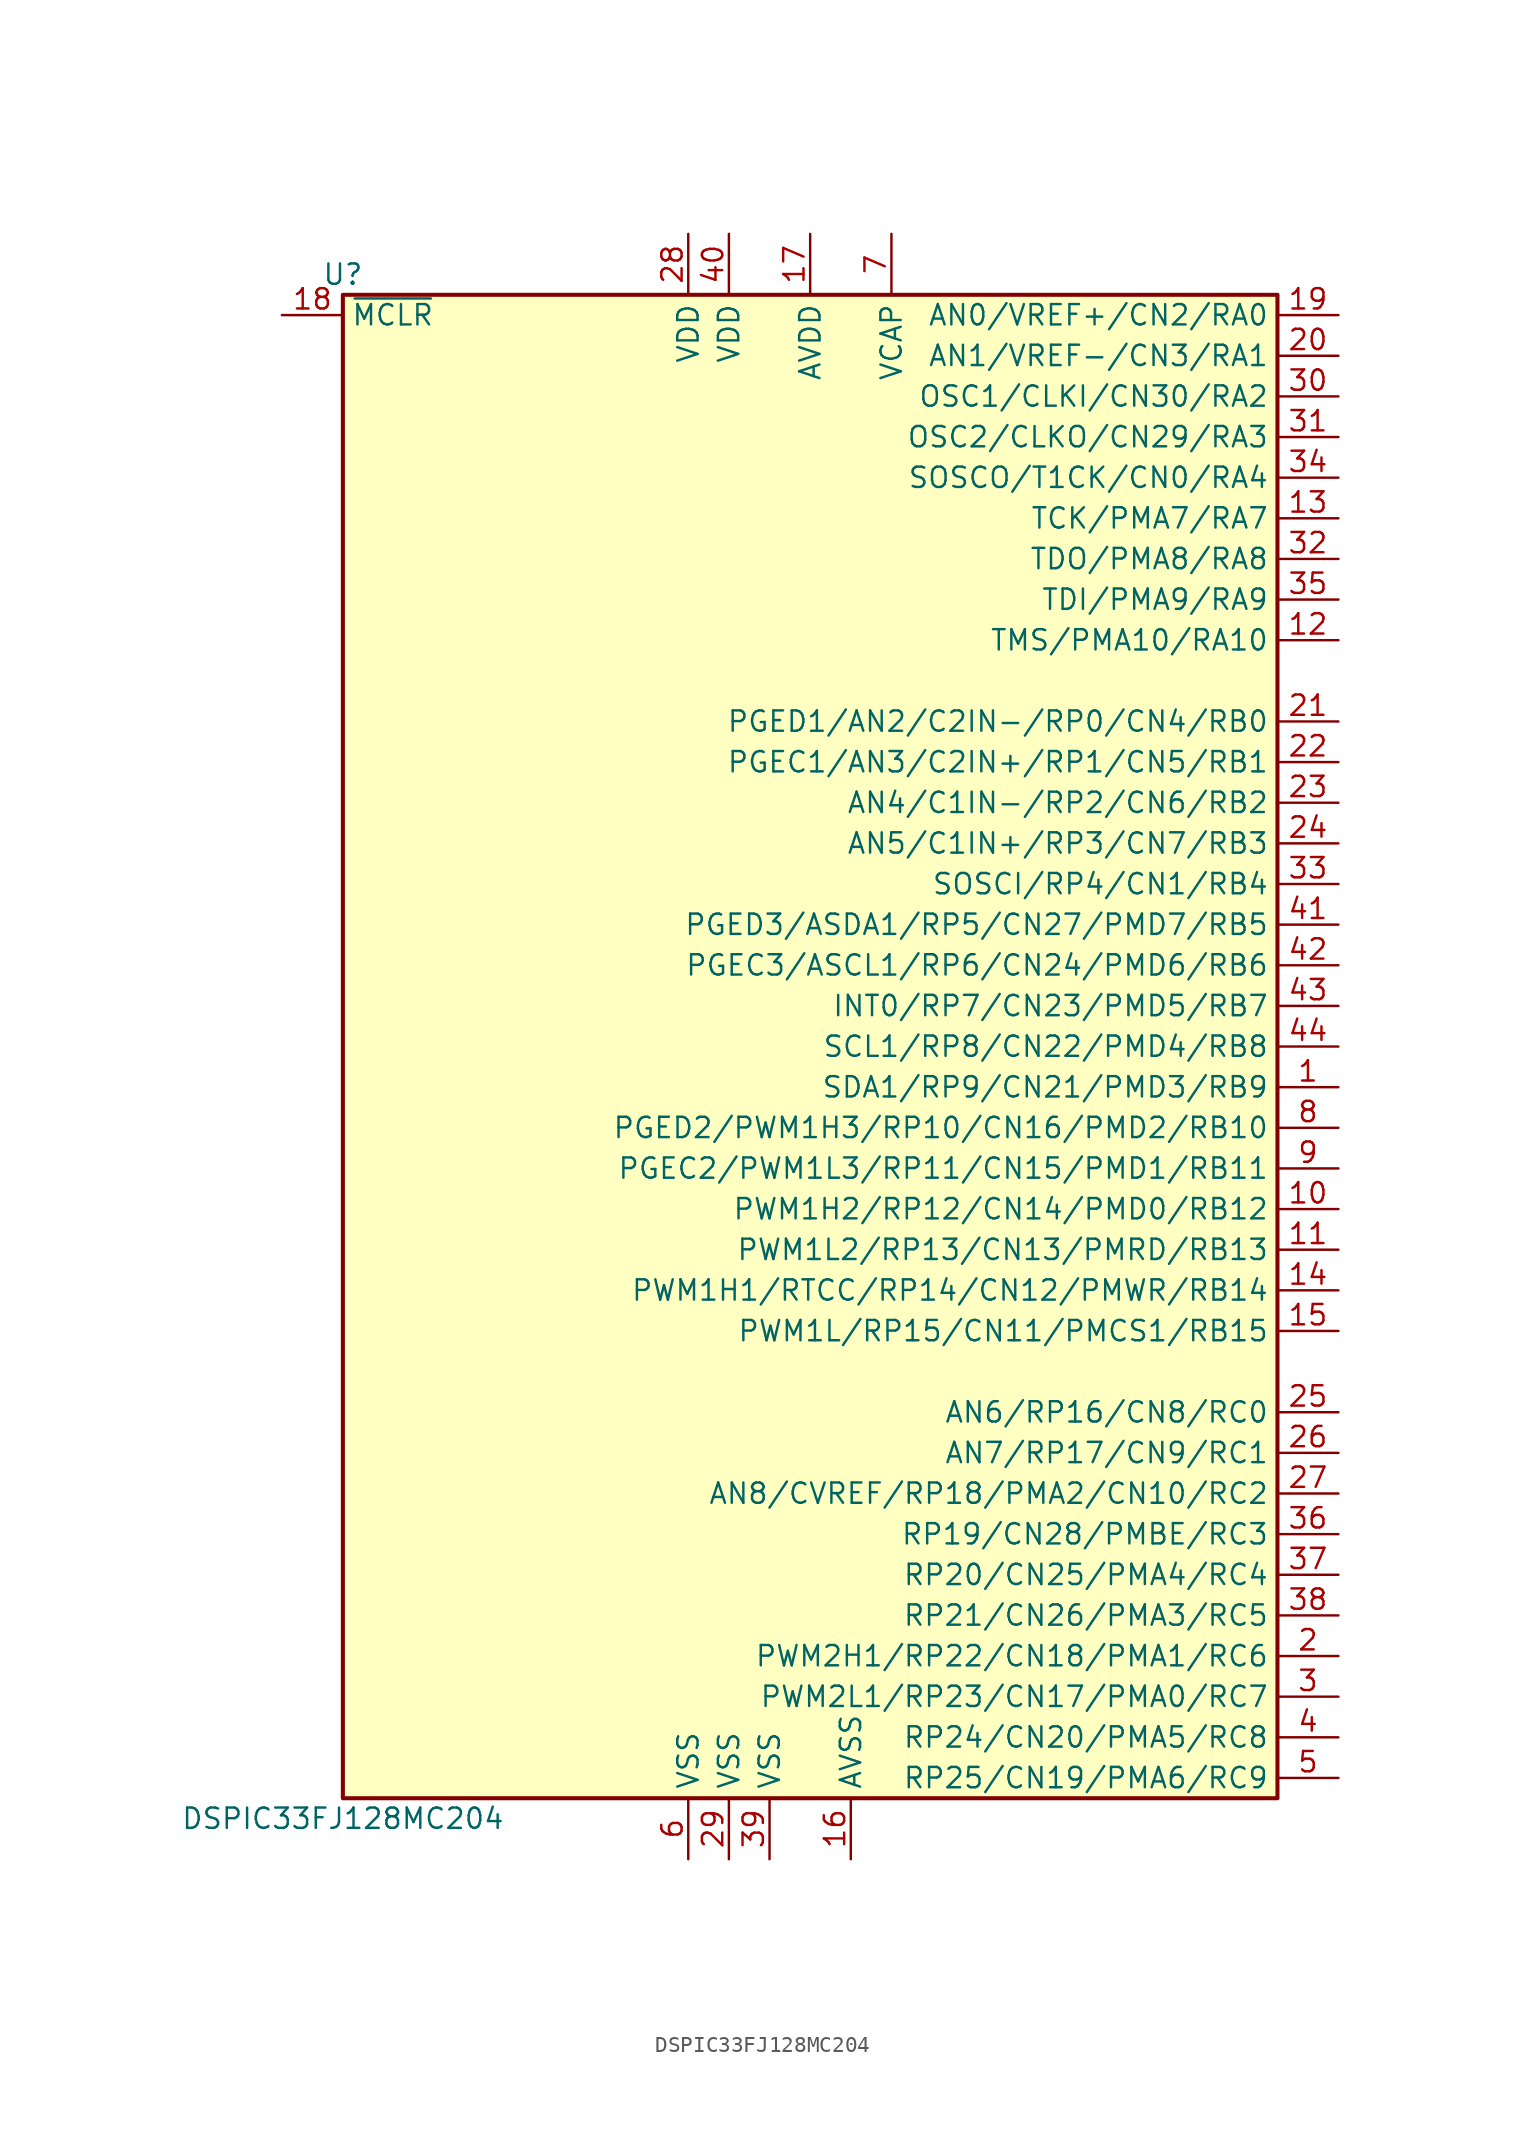
<source format=kicad_sym>
(kicad_symbol_lib
  (version 20200908)
  (generator kicad_symbol_editor)
  (symbol "DSP_Microchip_DSPIC33:DSPIC33FJ128MC204"
    (property "Reference" "U"
      (at -29.21 48.26 0)
      (effects (font (size 1.27 1.27))))
    (property "Value" "DSPIC33FJ128MC204"
      (at -29.21 -48.26 0)
      (effects (font (size 1.27 1.27))))
    (symbol "DSPIC33FJ128MC204_1_1"
      (rectangle (start -29.21 46.99) (end 29.21 -46.99) (stroke (width 0.254)) (fill (type background)))
      (pin bidirectional line (at 33.02 -2.54 180) (length 3.81) (name "SDA1/RP9/CN21/PMD3/RB9" (effects (font (size 1.27 1.27)))) (number "1" (effects (font (size 1.27 1.27)))))
      (pin bidirectional line (at 33.02 -10.16 180) (length 3.81) (name "PWM1H2/RP12/CN14/PMD0/RB12" (effects (font (size 1.27 1.27)))) (number "10" (effects (font (size 1.27 1.27)))))
      (pin bidirectional line (at 33.02 -12.7 180) (length 3.81) (name "PWM1L2/RP13/CN13/PMRD/RB13" (effects (font (size 1.27 1.27)))) (number "11" (effects (font (size 1.27 1.27)))))
      (pin bidirectional line (at 33.02 25.4 180) (length 3.81) (name "TMS/PMA10/RA10" (effects (font (size 1.27 1.27)))) (number "12" (effects (font (size 1.27 1.27)))))
      (pin bidirectional line (at 33.02 33.02 180) (length 3.81) (name "TCK/PMA7/RA7" (effects (font (size 1.27 1.27)))) (number "13" (effects (font (size 1.27 1.27)))))
      (pin bidirectional line (at 33.02 -15.24 180) (length 3.81) (name "PWM1H1/RTCC/RP14/CN12/PMWR/RB14" (effects (font (size 1.27 1.27)))) (number "14" (effects (font (size 1.27 1.27)))))
      (pin bidirectional line (at 33.02 -17.78 180) (length 3.81) (name "PWM1L/RP15/CN11/PMCS1/RB15" (effects (font (size 1.27 1.27)))) (number "15" (effects (font (size 1.27 1.27)))))
      (pin power_in line (at 2.54 -50.8 90) (length 3.81) (name "AVSS" (effects (font (size 1.27 1.27)))) (number "16" (effects (font (size 1.27 1.27)))))
      (pin power_in line (at 0 50.8 270) (length 3.81) (name "AVDD" (effects (font (size 1.27 1.27)))) (number "17" (effects (font (size 1.27 1.27)))))
      (pin input line (at -33.02 45.72 0) (length 3.81) (name "~MCLR" (effects (font (size 1.27 1.27)))) (number "18" (effects (font (size 1.27 1.27)))))
      (pin bidirectional line (at 33.02 45.72 180) (length 3.81) (name "AN0/VREF+/CN2/RA0" (effects (font (size 1.27 1.27)))) (number "19" (effects (font (size 1.27 1.27)))))
      (pin bidirectional line (at 33.02 -38.1 180) (length 3.81) (name "PWM2H1/RP22/CN18/PMA1/RC6" (effects (font (size 1.27 1.27)))) (number "2" (effects (font (size 1.27 1.27)))))
      (pin bidirectional line (at 33.02 43.18 180) (length 3.81) (name "AN1/VREF-/CN3/RA1" (effects (font (size 1.27 1.27)))) (number "20" (effects (font (size 1.27 1.27)))))
      (pin bidirectional line (at 33.02 20.32 180) (length 3.81) (name "PGED1/AN2/C2IN-/RP0/CN4/RB0" (effects (font (size 1.27 1.27)))) (number "21" (effects (font (size 1.27 1.27)))))
      (pin bidirectional line (at 33.02 17.78 180) (length 3.81) (name "PGEC1/AN3/C2IN+/RP1/CN5/RB1" (effects (font (size 1.27 1.27)))) (number "22" (effects (font (size 1.27 1.27)))))
      (pin bidirectional line (at 33.02 15.24 180) (length 3.81) (name "AN4/C1IN-/RP2/CN6/RB2" (effects (font (size 1.27 1.27)))) (number "23" (effects (font (size 1.27 1.27)))))
      (pin bidirectional line (at 33.02 12.7 180) (length 3.81) (name "AN5/C1IN+/RP3/CN7/RB3" (effects (font (size 1.27 1.27)))) (number "24" (effects (font (size 1.27 1.27)))))
      (pin bidirectional line (at 33.02 -22.86 180) (length 3.81) (name "AN6/RP16/CN8/RC0" (effects (font (size 1.27 1.27)))) (number "25" (effects (font (size 1.27 1.27)))))
      (pin bidirectional line (at 33.02 -25.4 180) (length 3.81) (name "AN7/RP17/CN9/RC1" (effects (font (size 1.27 1.27)))) (number "26" (effects (font (size 1.27 1.27)))))
      (pin bidirectional line (at 33.02 -27.94 180) (length 3.81) (name "AN8/CVREF/RP18/PMA2/CN10/RC2" (effects (font (size 1.27 1.27)))) (number "27" (effects (font (size 1.27 1.27)))))
      (pin power_in line (at -7.62 50.8 270) (length 3.81) (name "VDD" (effects (font (size 1.27 1.27)))) (number "28" (effects (font (size 1.27 1.27)))))
      (pin power_in line (at -5.08 -50.8 90) (length 3.81) (name "VSS" (effects (font (size 1.27 1.27)))) (number "29" (effects (font (size 1.27 1.27)))))
      (pin bidirectional line (at 33.02 -40.64 180) (length 3.81) (name "PWM2L1/RP23/CN17/PMA0/RC7" (effects (font (size 1.27 1.27)))) (number "3" (effects (font (size 1.27 1.27)))))
      (pin input line (at 33.02 40.64 180) (length 3.81) (name "OSC1/CLKI/CN30/RA2" (effects (font (size 1.27 1.27)))) (number "30" (effects (font (size 1.27 1.27)))))
      (pin input line (at 33.02 38.1 180) (length 3.81) (name "OSC2/CLKO/CN29/RA3" (effects (font (size 1.27 1.27)))) (number "31" (effects (font (size 1.27 1.27)))))
      (pin input line (at 33.02 30.48 180) (length 3.81) (name "TDO/PMA8/RA8" (effects (font (size 1.27 1.27)))) (number "32" (effects (font (size 1.27 1.27)))))
      (pin input line (at 33.02 10.16 180) (length 3.81) (name "SOSCI/RP4/CN1/RB4" (effects (font (size 1.27 1.27)))) (number "33" (effects (font (size 1.27 1.27)))))
      (pin input line (at 33.02 35.56 180) (length 3.81) (name "SOSCO/T1CK/CN0/RA4" (effects (font (size 1.27 1.27)))) (number "34" (effects (font (size 1.27 1.27)))))
      (pin input line (at 33.02 27.94 180) (length 3.81) (name "TDI/PMA9/RA9" (effects (font (size 1.27 1.27)))) (number "35" (effects (font (size 1.27 1.27)))))
      (pin input line (at 33.02 -30.48 180) (length 3.81) (name "RP19/CN28/PMBE/RC3" (effects (font (size 1.27 1.27)))) (number "36" (effects (font (size 1.27 1.27)))))
      (pin input line (at 33.02 -33.02 180) (length 3.81) (name "RP20/CN25/PMA4/RC4" (effects (font (size 1.27 1.27)))) (number "37" (effects (font (size 1.27 1.27)))))
      (pin input line (at 33.02 -35.56 180) (length 3.81) (name "RP21/CN26/PMA3/RC5" (effects (font (size 1.27 1.27)))) (number "38" (effects (font (size 1.27 1.27)))))
      (pin power_in line (at -2.54 -50.8 90) (length 3.81) (name "VSS" (effects (font (size 1.27 1.27)))) (number "39" (effects (font (size 1.27 1.27)))))
      (pin bidirectional line (at 33.02 -43.18 180) (length 3.81) (name "RP24/CN20/PMA5/RC8" (effects (font (size 1.27 1.27)))) (number "4" (effects (font (size 1.27 1.27)))))
      (pin power_in line (at -5.08 50.8 270) (length 3.81) (name "VDD" (effects (font (size 1.27 1.27)))) (number "40" (effects (font (size 1.27 1.27)))))
      (pin input line (at 33.02 7.62 180) (length 3.81) (name "PGED3/ASDA1/RP5/CN27/PMD7/RB5" (effects (font (size 1.27 1.27)))) (number "41" (effects (font (size 1.27 1.27)))))
      (pin input line (at 33.02 5.08 180) (length 3.81) (name "PGEC3/ASCL1/RP6/CN24/PMD6/RB6" (effects (font (size 1.27 1.27)))) (number "42" (effects (font (size 1.27 1.27)))))
      (pin input line (at 33.02 2.54 180) (length 3.81) (name "INT0/RP7/CN23/PMD5/RB7" (effects (font (size 1.27 1.27)))) (number "43" (effects (font (size 1.27 1.27)))))
      (pin input line (at 33.02 0 180) (length 3.81) (name "SCL1/RP8/CN22/PMD4/RB8" (effects (font (size 1.27 1.27)))) (number "44" (effects (font (size 1.27 1.27)))))
      (pin bidirectional line (at 33.02 -45.72 180) (length 3.81) (name "RP25/CN19/PMA6/RC9" (effects (font (size 1.27 1.27)))) (number "5" (effects (font (size 1.27 1.27)))))
      (pin power_in line (at -7.62 -50.8 90) (length 3.81) (name "VSS" (effects (font (size 1.27 1.27)))) (number "6" (effects (font (size 1.27 1.27)))))
      (pin power_in line (at 5.08 50.8 270) (length 3.81) (name "VCAP" (effects (font (size 1.27 1.27)))) (number "7" (effects (font (size 1.27 1.27)))))
      (pin bidirectional line (at 33.02 -5.08 180) (length 3.81) (name "PGED2/PWM1H3/RP10/CN16/PMD2/RB10" (effects (font (size 1.27 1.27)))) (number "8" (effects (font (size 1.27 1.27)))))
      (pin bidirectional line (at 33.02 -7.62 180) (length 3.81) (name "PGEC2/PWM1L3/RP11/CN15/PMD1/RB11" (effects (font (size 1.27 1.27)))) (number "9" (effects (font (size 1.27 1.27))))))))
</source>
